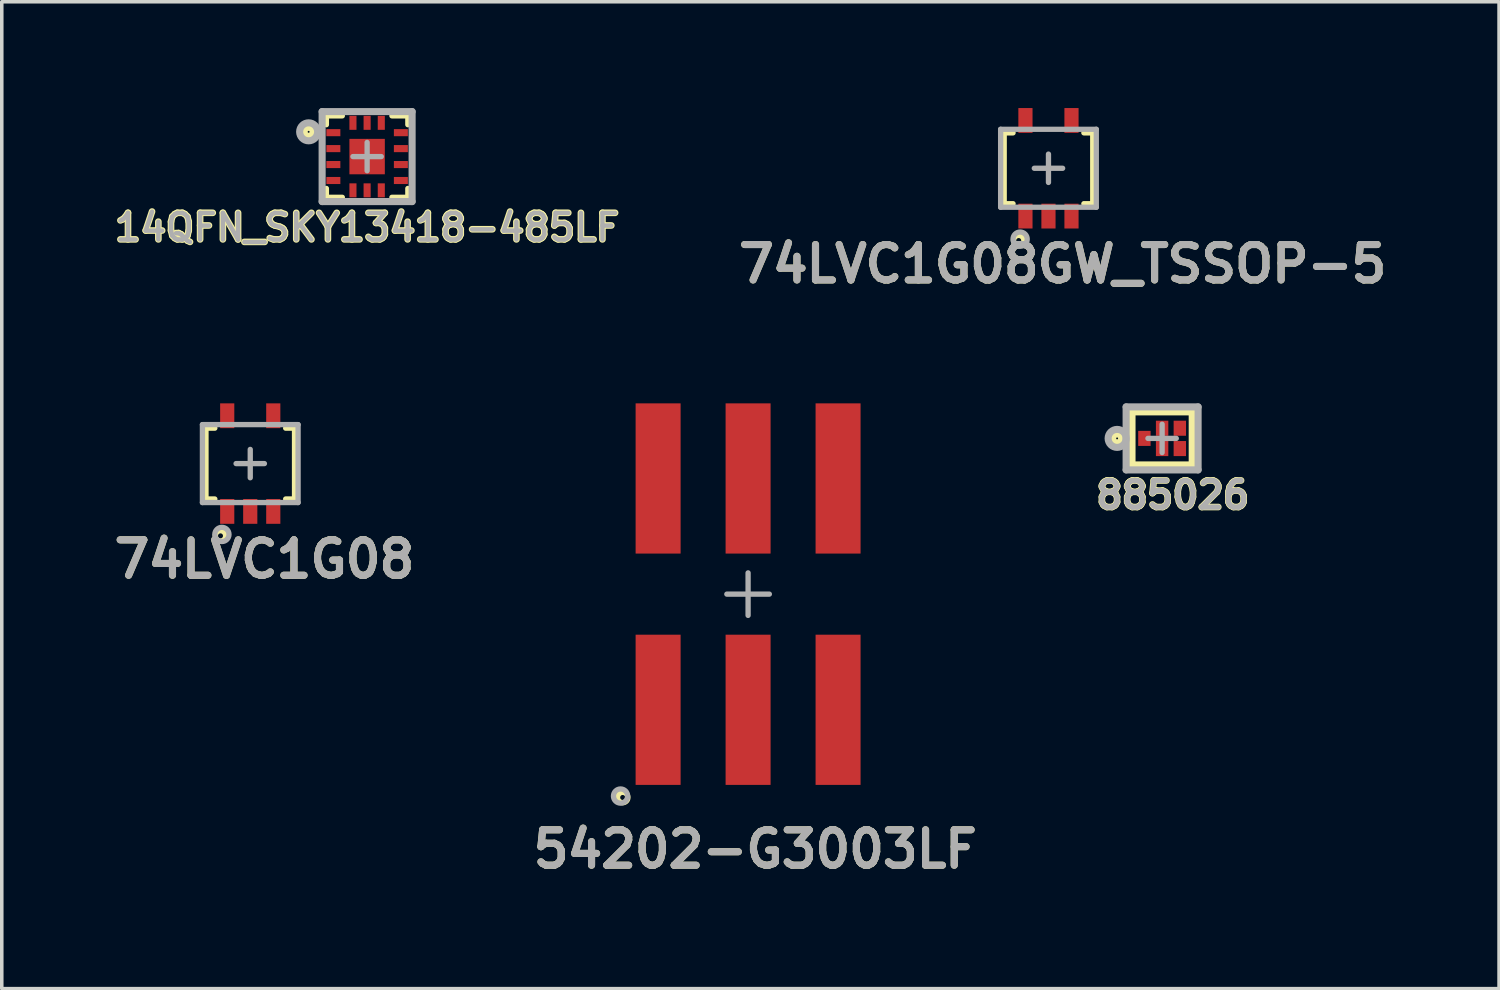
<source format=kicad_pcb>
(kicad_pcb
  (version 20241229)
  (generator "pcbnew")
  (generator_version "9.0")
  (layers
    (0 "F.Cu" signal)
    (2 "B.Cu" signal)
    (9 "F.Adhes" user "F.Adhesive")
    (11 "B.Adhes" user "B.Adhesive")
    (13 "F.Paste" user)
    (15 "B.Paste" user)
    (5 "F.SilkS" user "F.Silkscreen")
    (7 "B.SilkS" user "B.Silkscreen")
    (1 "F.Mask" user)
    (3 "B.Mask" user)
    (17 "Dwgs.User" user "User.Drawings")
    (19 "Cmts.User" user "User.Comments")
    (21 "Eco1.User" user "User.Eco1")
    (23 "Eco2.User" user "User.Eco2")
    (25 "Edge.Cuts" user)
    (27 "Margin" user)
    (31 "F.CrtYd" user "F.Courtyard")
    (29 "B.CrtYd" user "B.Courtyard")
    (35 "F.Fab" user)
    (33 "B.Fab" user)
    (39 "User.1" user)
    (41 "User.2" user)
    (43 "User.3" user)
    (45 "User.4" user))
  (footprint "74LVC1G08"
    (layer "F.Cu")
    (at 4.014 10.036)
    (property "Reference" "74LVC1G08" (at 0.4 2.7 0) (layer "F.SilkS") (effects (font (size 1 1) (thickness 0.2))))
    (attr through_hole)
    (fp_line (start -1.25 -1) (end -1 -1) (stroke (width 0.15) (type solid)) (layer "F.SilkS"))
    (fp_line (start -1.25 1) (end -1.25 -1) (stroke (width 0.15) (type solid)) (layer "F.SilkS"))
    (fp_line (start -1.25 1) (end -1 1) (stroke (width 0.15) (type solid)) (layer "F.SilkS"))
    (fp_line (start 1.25 -1) (end 1 -1) (stroke (width 0.15) (type solid)) (layer "F.SilkS"))
    (fp_line (start 1.25 1) (end 1 1) (stroke (width 0.15) (type solid)) (layer "F.SilkS"))
    (fp_line (start 1.25 1) (end 1.25 -1) (stroke (width 0.15) (type solid)) (layer "F.SilkS"))
    (fp_circle (center -0.84 2.04) (end -0.733 2.14) (stroke (width 0.152) (type solid)) (fill no) (layer "F.SilkS"))
    (fp_line (start -1.35 -1.1) (end -1.35 1.1) (stroke (width 0.15) (type solid)) (layer "F.Fab"))
    (fp_line (start -0.4 0) (end 0.4 0) (stroke (width 0.15) (type solid)) (layer "F.Fab"))
    (fp_line (start 0 -0.4) (end 0 0.4) (stroke (width 0.15) (type solid)) (layer "F.Fab"))
    (fp_line (start 1.35 -1.1) (end -1.35 -1.1) (stroke (width 0.15) (type solid)) (layer "F.Fab"))
    (fp_line (start 1.35 -1.1) (end 1.35 1.1) (stroke (width 0.15) (type solid)) (layer "F.Fab"))
    (fp_line (start 1.35 1.1) (end -1.35 1.1) (stroke (width 0.15) (type solid)) (layer "F.Fab"))
    (fp_circle (center -0.8 2) (end -0.6 2) (stroke (width 0.15) (type solid)) (fill no) (layer "F.Fab"))
    (fp_text user "${REFERENCE}" (at 0.4 2.7 0) (layer "F.Fab") (effects (font (size 1 1) (thickness 0.2))))
    (pad "1" smd rect (at -0.65 1.35) (size 0.4 0.7) (layers "F.Cu" "F.Mask" "F.Paste"))
    (pad "2" smd rect (at 0 1.35) (size 0.4 0.7) (layers "F.Cu" "F.Mask" "F.Paste"))
    (pad "3" smd rect (at 0.65 1.35) (size 0.4 0.7) (layers "F.Cu" "F.Mask" "F.Paste"))
    (pad "4" smd rect (at 0.65 -1.35) (size 0.4 0.7) (layers "F.Cu" "F.Mask" "F.Paste"))
    (pad "5" smd rect (at -0.65 -1.35) (size 0.4 0.7) (layers "F.Cu" "F.Mask" "F.Paste")))
  (footprint "14QFN_SKY13418-485LF"
    (layer "F.Cu")
    (at 7.313 1.37)
    (property "Reference" "14QFN_SKY13418-485LF" (at 0 2 0) (layer "F.SilkS") (effects (font (size 0.75 0.75) (thickness 0.188))))
    (attr through_hole)
    (fp_line (start -1.15 -0.9) (end -1.15 -1.15) (stroke (width 0.15) (type solid)) (layer "F.SilkS"))
    (fp_line (start -1.15 0.9) (end -1.15 1.15) (stroke (width 0.15) (type solid)) (layer "F.SilkS"))
    (fp_line (start -0.7 -1.15) (end -1.15 -1.15) (stroke (width 0.15) (type solid)) (layer "F.SilkS"))
    (fp_line (start -0.7 1.15) (end -1.15 1.15) (stroke (width 0.15) (type solid)) (layer "F.SilkS"))
    (fp_line (start 1.15 -1.15) (end 0.7 -1.15) (stroke (width 0.15) (type solid)) (layer "F.SilkS"))
    (fp_line (start 1.15 -0.9) (end 1.15 -1.15) (stroke (width 0.15) (type solid)) (layer "F.SilkS"))
    (fp_line (start 1.15 0.9) (end 1.15 1.15) (stroke (width 0.15) (type solid)) (layer "F.SilkS"))
    (fp_line (start 1.15 1.15) (end 0.7 1.15) (stroke (width 0.15) (type solid)) (layer "F.SilkS"))
    (fp_circle (center -1.651 -0.699) (end -1.778 -0.699) (stroke (width 0.2) (type solid)) (fill no) (layer "F.SilkS"))
    (fp_line (start -1.27 -1.27) (end -1.27 1.27) (stroke (width 0.2) (type solid)) (layer "F.Fab"))
    (fp_line (start -1.27 1.27) (end 1.27 1.27) (stroke (width 0.2) (type solid)) (layer "F.Fab"))
    (fp_line (start -0.4 0) (end 0.4 0) (stroke (width 0.15) (type solid)) (layer "F.Fab"))
    (fp_line (start 0 -0.4) (end 0 0.4) (stroke (width 0.15) (type solid)) (layer "F.Fab"))
    (fp_line (start 1.27 -1.27) (end -1.27 -1.27) (stroke (width 0.2) (type solid)) (layer "F.Fab"))
    (fp_line (start 1.27 1.27) (end 1.27 -1.27) (stroke (width 0.2) (type solid)) (layer "F.Fab"))
    (fp_circle (center -1.651 -0.699) (end -1.905 -0.699) (stroke (width 0.2) (type solid)) (fill no) (layer "F.Fab"))
    (fp_text user "${REFERENCE}" (at 0 2 0) (layer "F.Fab") (effects (font (size 0.75 0.75) (thickness 0.125))))
    (pad "1" smd rect (at -0.953 -0.675) (size 0.395 0.2) (layers "F.Cu" "F.Mask" "F.Paste"))
    (pad "2" smd rect (at -0.953 -0.225) (size 0.395 0.2) (layers "F.Cu" "F.Mask" "F.Paste"))
    (pad "3" smd rect (at -0.953 0.225) (size 0.395 0.2) (layers "F.Cu" "F.Mask" "F.Paste"))
    (pad "4" smd rect (at -0.953 0.675) (size 0.395 0.2) (layers "F.Cu" "F.Mask" "F.Paste"))
    (pad "5" smd rect (at -0.4 0.953) (size 0.2 0.395) (layers "F.Cu" "F.Mask" "F.Paste"))
    (pad "6" smd rect (at 0 0.953) (size 0.2 0.395) (layers "F.Cu" "F.Mask" "F.Paste"))
    (pad "7" smd rect (at 0.4 0.953) (size 0.2 0.395) (layers "F.Cu" "F.Mask" "F.Paste"))
    (pad "8" smd rect (at 0.953 0.675) (size 0.395 0.2) (layers "F.Cu" "F.Mask" "F.Paste"))
    (pad "9" smd rect (at 0.953 0.225) (size 0.395 0.2) (layers "F.Cu" "F.Mask" "F.Paste"))
    (pad "10" smd rect (at 0.953 -0.225) (size 0.395 0.2) (layers "F.Cu" "F.Mask" "F.Paste"))
    (pad "11" smd rect (at 0.953 -0.675) (size 0.395 0.2) (layers "F.Cu" "F.Mask" "F.Paste"))
    (pad "12" smd rect (at 0.4 -0.953) (size 0.2 0.395) (layers "F.Cu" "F.Mask" "F.Paste"))
    (pad "13" smd rect (at 0 -0.953) (size 0.2 0.395) (layers "F.Cu" "F.Mask" "F.Paste"))
    (pad "14" smd rect (at -0.4 -0.953) (size 0.2 0.395) (layers "F.Cu" "F.Mask" "F.Paste"))
    (pad "15" smd rect (at 0 0) (size 1 1) (layers "F.Cu" "F.Mask" "F.Paste")))
  (footprint "74LVC1G08GW_TSSOP-5"
    (layer "F.Cu")
    (at 26.546 1.7)
    (property "Reference" "74LVC1G08GW_TSSOP-5" (at 0.4 2.7 0) (layer "F.SilkS") (effects (font (size 1 1) (thickness 0.2))))
    (attr through_hole)
    (fp_line (start -1.25 -1) (end -1 -1) (stroke (width 0.15) (type solid)) (layer "F.SilkS"))
    (fp_line (start -1.25 1) (end -1.25 -1) (stroke (width 0.15) (type solid)) (layer "F.SilkS"))
    (fp_line (start -1.25 1) (end -1 1) (stroke (width 0.15) (type solid)) (layer "F.SilkS"))
    (fp_line (start 1.25 -1) (end 1 -1) (stroke (width 0.15) (type solid)) (layer "F.SilkS"))
    (fp_line (start 1.25 1) (end 1 1) (stroke (width 0.15) (type solid)) (layer "F.SilkS"))
    (fp_line (start 1.25 1) (end 1.25 -1) (stroke (width 0.15) (type solid)) (layer "F.SilkS"))
    (fp_circle (center -0.84 2.04) (end -0.733 2.14) (stroke (width 0.152) (type solid)) (fill no) (layer "F.SilkS"))
    (fp_line (start -1.35 -1.1) (end -1.35 1.1) (stroke (width 0.15) (type solid)) (layer "F.Fab"))
    (fp_line (start -0.4 0) (end 0.4 0) (stroke (width 0.15) (type solid)) (layer "F.Fab"))
    (fp_line (start 0 -0.4) (end 0 0.4) (stroke (width 0.15) (type solid)) (layer "F.Fab"))
    (fp_line (start 1.35 -1.1) (end -1.35 -1.1) (stroke (width 0.15) (type solid)) (layer "F.Fab"))
    (fp_line (start 1.35 -1.1) (end 1.35 1.1) (stroke (width 0.15) (type solid)) (layer "F.Fab"))
    (fp_line (start 1.35 1.1) (end -1.35 1.1) (stroke (width 0.15) (type solid)) (layer "F.Fab"))
    (fp_circle (center -0.8 2) (end -0.6 2) (stroke (width 0.15) (type solid)) (fill no) (layer "F.Fab"))
    (fp_text user "${REFERENCE}" (at 0.4 2.7 0) (layer "F.Fab") (effects (font (size 1 1) (thickness 0.2))))
    (pad "1" smd rect (at -0.65 1.35) (size 0.4 0.7) (layers "F.Cu" "F.Mask" "F.Paste"))
    (pad "2" smd rect (at 0 1.35) (size 0.4 0.7) (layers "F.Cu" "F.Mask" "F.Paste"))
    (pad "3" smd rect (at 0.65 1.35) (size 0.4 0.7) (layers "F.Cu" "F.Mask" "F.Paste"))
    (pad "4" smd rect (at 0.65 -1.35) (size 0.4 0.7) (layers "F.Cu" "F.Mask" "F.Paste"))
    (pad "5" smd rect (at -0.65 -1.35) (size 0.4 0.7) (layers "F.Cu" "F.Mask" "F.Paste")))
  (footprint "54202-G3003LF"
    (layer "F.Cu")
    (at 18.067 13.721)
    (property "Reference" "54202-G3003LF" (at 0.2 7.2 0) (layer "F.SilkS") (effects (font (size 1 1) (thickness 0.2))))
    (attr through_hole)
    (fp_circle (center -3.54 5.74) (end -3.433 5.84) (stroke (width 0.152) (type solid)) (fill no) (layer "F.SilkS"))
    (fp_line (start -0.6 0) (end 0.6 0) (stroke (width 0.15) (type solid)) (layer "F.Fab"))
    (fp_line (start 0 -0.6) (end 0 0.6) (stroke (width 0.15) (type solid)) (layer "F.Fab"))
    (fp_circle (center -3.6 5.7) (end -3.4 5.7) (stroke (width 0.15) (type solid)) (fill no) (layer "F.Fab"))
    (fp_text user "${REFERENCE}" (at 0.2 7.2 0) (layer "F.Fab") (effects (font (size 1 1) (thickness 0.2))))
    (pad "1" smd rect (at -2.54 3.265) (size 1.27 4.24) (layers "F.Cu" "F.Mask" "F.Paste"))
    (pad "2" smd rect (at -2.54 -3.265) (size 1.27 4.24) (layers "F.Cu" "F.Mask" "F.Paste"))
    (pad "3" smd rect (at 0 3.265) (size 1.27 4.24) (layers "F.Cu" "F.Mask" "F.Paste"))
    (pad "4" smd rect (at 0 -3.265) (size 1.27 4.24) (layers "F.Cu" "F.Mask" "F.Paste"))
    (pad "5" smd rect (at 2.54 3.265) (size 1.27 4.24) (layers "F.Cu" "F.Mask" "F.Paste"))
    (pad "6" smd rect (at 2.54 -3.265) (size 1.27 4.24) (layers "F.Cu" "F.Mask" "F.Paste")))
  (footprint "885026"
    (layer "F.Cu")
    (at 29.754 9.325)
    (property "Reference" "885026" (at 0.3 1.6 0) (layer "F.SilkS") (effects (font (size 0.75 0.75) (thickness 0.188))))
    (attr through_hole)
    (fp_line (start -0.85 -0.75) (end -0.85 0.75) (stroke (width 0.2) (type solid)) (layer "F.SilkS"))
    (fp_line (start -0.85 -0.75) (end 0.85 -0.75) (stroke (width 0.2) (type solid)) (layer "F.SilkS"))
    (fp_line (start -0.85 0.75) (end 0.85 0.75) (stroke (width 0.2) (type solid)) (layer "F.SilkS"))
    (fp_line (start 0.85 -0.75) (end 0.85 0.75) (stroke (width 0.2) (type solid)) (layer "F.SilkS"))
    (fp_circle (center -1.27 0) (end -1.143 0) (stroke (width 0.2) (type solid)) (fill no) (layer "F.SilkS"))
    (fp_line (start -1.016 -0.889) (end -1.016 0.889) (stroke (width 0.2) (type solid)) (layer "F.Fab"))
    (fp_line (start -1.016 0.889) (end 1.016 0.889) (stroke (width 0.2) (type solid)) (layer "F.Fab"))
    (fp_line (start -0.4 0) (end 0.4 0) (stroke (width 0.15) (type solid)) (layer "F.Fab"))
    (fp_line (start 0 -0.4) (end 0 0.4) (stroke (width 0.15) (type solid)) (layer "F.Fab"))
    (fp_line (start 1.016 -0.889) (end -1.016 -0.889) (stroke (width 0.2) (type solid)) (layer "F.Fab"))
    (fp_line (start 1.016 0.889) (end 1.016 -0.889) (stroke (width 0.2) (type solid)) (layer "F.Fab"))
    (fp_circle (center -1.27 0) (end -1.524 0) (stroke (width 0.2) (type solid)) (fill no) (layer "F.Fab"))
    (fp_text user "${REFERENCE}" (at 0.3 1.6 0) (layer "F.Fab") (effects (font (size 0.75 0.75) (thickness 0.15))))
    (pad "1" smd rect (at -0.5 0) (size 0.35 0.425) (layers "F.Cu" "F.Mask" "F.Paste"))
    (pad "2" smd rect (at 0 0.287) (size 0.35 0.425) (layers "F.Cu" "F.Mask" "F.Paste"))
    (pad "3" smd rect (at 0.5 0.287) (size 0.35 0.425) (layers "F.Cu" "F.Mask" "F.Paste"))
    (pad "4" smd rect (at 0.5 -0.287) (size 0.35 0.425) (layers "F.Cu" "F.Mask" "F.Paste"))
    (pad "5" smd rect (at 0 -0.287) (size 0.35 0.425) (layers "F.Cu" "F.Mask" "F.Paste")))
  (gr_rect
    (start -3 -3)
    (end 39.265 24.857)
    (stroke (width 0.1) (type default))
    (fill no)
    (layer "Edge.Cuts")))
</source>
